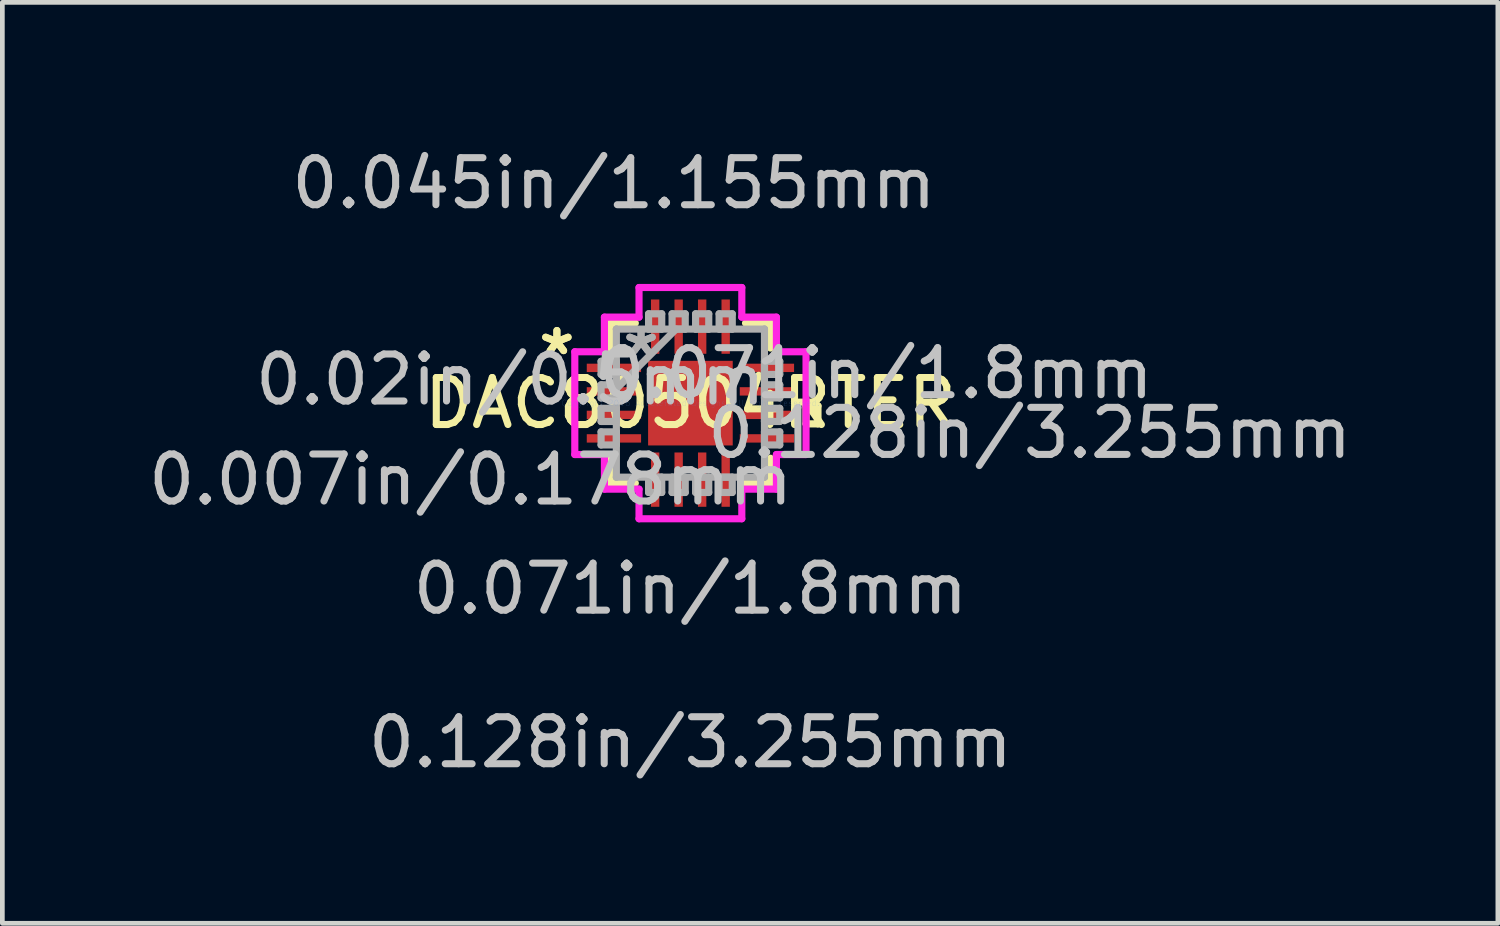
<source format=kicad_pcb>
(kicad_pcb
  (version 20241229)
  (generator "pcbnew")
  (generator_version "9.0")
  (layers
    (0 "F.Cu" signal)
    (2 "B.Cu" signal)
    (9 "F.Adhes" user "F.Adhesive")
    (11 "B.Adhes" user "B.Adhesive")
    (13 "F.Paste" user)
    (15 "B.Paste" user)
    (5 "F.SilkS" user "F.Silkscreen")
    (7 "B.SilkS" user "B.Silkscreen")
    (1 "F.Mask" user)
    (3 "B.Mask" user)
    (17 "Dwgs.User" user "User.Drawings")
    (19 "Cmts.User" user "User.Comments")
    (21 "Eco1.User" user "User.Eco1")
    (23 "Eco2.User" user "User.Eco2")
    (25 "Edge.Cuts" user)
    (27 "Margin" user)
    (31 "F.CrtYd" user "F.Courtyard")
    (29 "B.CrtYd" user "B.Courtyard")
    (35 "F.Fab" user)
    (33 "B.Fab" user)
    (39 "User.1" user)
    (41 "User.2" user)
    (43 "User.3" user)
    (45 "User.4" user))
  (footprint "DAC80504RTER"
    (layer "F.Cu")
    (at 11.634 5.524)
    (property "Reference" "DAC80504RTER" (at 0 0 0) (layer "F.SilkS") (effects (font (size 1 1) (thickness 0.15))))
    (attr through_hole)
    (fp_line (start -1.702 -1.702) (end -1.702 -1.172) (stroke (width 0.152) (type solid)) (layer "F.SilkS"))
    (fp_line (start -1.702 1.172) (end -1.702 1.702) (stroke (width 0.152) (type solid)) (layer "F.SilkS"))
    (fp_line (start -1.702 1.702) (end -1.172 1.702) (stroke (width 0.152) (type solid)) (layer "F.SilkS"))
    (fp_line (start -1.172 -1.702) (end -1.702 -1.702) (stroke (width 0.152) (type solid)) (layer "F.SilkS"))
    (fp_line (start 1.172 1.702) (end 1.702 1.702) (stroke (width 0.152) (type solid)) (layer "F.SilkS"))
    (fp_line (start 1.702 -1.702) (end 1.172 -1.702) (stroke (width 0.152) (type solid)) (layer "F.SilkS"))
    (fp_line (start 1.702 -1.172) (end 1.702 -1.702) (stroke (width 0.152) (type solid)) (layer "F.SilkS"))
    (fp_line (start 1.702 1.702) (end 1.702 1.172) (stroke (width 0.152) (type solid)) (layer "F.SilkS"))
    (fp_line (start 2.459 0.059) (end 2.713 0.059) (stroke (width 0.152) (type solid)) (layer "F.SilkS"))
    (fp_line (start 2.459 0.441) (end 2.459 0.059) (stroke (width 0.152) (type solid)) (layer "F.SilkS"))
    (fp_line (start 2.713 0.059) (end 2.713 0.441) (stroke (width 0.152) (type solid)) (layer "F.SilkS"))
    (fp_line (start 2.713 0.441) (end 2.459 0.441) (stroke (width 0.152) (type solid)) (layer "F.SilkS"))
    (fp_line (start -2.459 -1.093) (end -1.829 -1.093) (stroke (width 0.152) (type solid)) (layer "F.CrtYd"))
    (fp_line (start -2.459 1.093) (end -2.459 -1.093) (stroke (width 0.152) (type solid)) (layer "F.CrtYd"))
    (fp_line (start -1.829 -1.829) (end -1.093 -1.829) (stroke (width 0.152) (type solid)) (layer "F.CrtYd"))
    (fp_line (start -1.829 -1.093) (end -1.829 -1.829) (stroke (width 0.152) (type solid)) (layer "F.CrtYd"))
    (fp_line (start -1.829 1.093) (end -2.459 1.093) (stroke (width 0.152) (type solid)) (layer "F.CrtYd"))
    (fp_line (start -1.829 1.829) (end -1.829 1.093) (stroke (width 0.152) (type solid)) (layer "F.CrtYd"))
    (fp_line (start -1.093 -2.459) (end 1.093 -2.459) (stroke (width 0.152) (type solid)) (layer "F.CrtYd"))
    (fp_line (start -1.093 -1.829) (end -1.093 -2.459) (stroke (width 0.152) (type solid)) (layer "F.CrtYd"))
    (fp_line (start -1.093 1.829) (end -1.829 1.829) (stroke (width 0.152) (type solid)) (layer "F.CrtYd"))
    (fp_line (start -1.093 2.459) (end -1.093 1.829) (stroke (width 0.152) (type solid)) (layer "F.CrtYd"))
    (fp_line (start 1.093 -2.459) (end 1.093 -1.829) (stroke (width 0.152) (type solid)) (layer "F.CrtYd"))
    (fp_line (start 1.093 -1.829) (end 1.829 -1.829) (stroke (width 0.152) (type solid)) (layer "F.CrtYd"))
    (fp_line (start 1.093 1.829) (end 1.093 2.459) (stroke (width 0.152) (type solid)) (layer "F.CrtYd"))
    (fp_line (start 1.093 2.459) (end -1.093 2.459) (stroke (width 0.152) (type solid)) (layer "F.CrtYd"))
    (fp_line (start 1.829 -1.829) (end 1.829 -1.093) (stroke (width 0.152) (type solid)) (layer "F.CrtYd"))
    (fp_line (start 1.829 -1.093) (end 2.459 -1.093) (stroke (width 0.152) (type solid)) (layer "F.CrtYd"))
    (fp_line (start 1.829 1.093) (end 1.829 1.829) (stroke (width 0.152) (type solid)) (layer "F.CrtYd"))
    (fp_line (start 1.829 1.829) (end 1.093 1.829) (stroke (width 0.152) (type solid)) (layer "F.CrtYd"))
    (fp_line (start 2.459 -1.093) (end 2.459 1.093) (stroke (width 0.152) (type solid)) (layer "F.CrtYd"))
    (fp_line (start 2.459 1.093) (end 1.829 1.093) (stroke (width 0.152) (type solid)) (layer "F.CrtYd"))
    (fp_line (start -1.9 -0.89) (end -1.9 -0.61) (stroke (width 0.152) (type solid)) (layer "F.Fab"))
    (fp_line (start -1.9 -0.61) (end -1.575 -0.61) (stroke (width 0.152) (type solid)) (layer "F.Fab"))
    (fp_line (start -1.9 -0.39) (end -1.9 -0.11) (stroke (width 0.152) (type solid)) (layer "F.Fab"))
    (fp_line (start -1.9 -0.11) (end -1.575 -0.11) (stroke (width 0.152) (type solid)) (layer "F.Fab"))
    (fp_line (start -1.9 0.11) (end -1.9 0.39) (stroke (width 0.152) (type solid)) (layer "F.Fab"))
    (fp_line (start -1.9 0.39) (end -1.575 0.39) (stroke (width 0.152) (type solid)) (layer "F.Fab"))
    (fp_line (start -1.9 0.61) (end -1.9 0.89) (stroke (width 0.152) (type solid)) (layer "F.Fab"))
    (fp_line (start -1.9 0.89) (end -1.575 0.89) (stroke (width 0.152) (type solid)) (layer "F.Fab"))
    (fp_line (start -1.575 -1.575) (end -1.575 -1.575) (stroke (width 0.152) (type solid)) (layer "F.Fab"))
    (fp_line (start -1.575 -1.575) (end -1.575 1.575) (stroke (width 0.152) (type solid)) (layer "F.Fab"))
    (fp_line (start -1.575 -0.89) (end -1.9 -0.89) (stroke (width 0.152) (type solid)) (layer "F.Fab"))
    (fp_line (start -1.575 -0.61) (end -1.575 -0.89) (stroke (width 0.152) (type solid)) (layer "F.Fab"))
    (fp_line (start -1.575 -0.39) (end -1.9 -0.39) (stroke (width 0.152) (type solid)) (layer "F.Fab"))
    (fp_line (start -1.575 -0.305) (end -0.305 -1.575) (stroke (width 0.152) (type solid)) (layer "F.Fab"))
    (fp_line (start -1.575 -0.11) (end -1.575 -0.39) (stroke (width 0.152) (type solid)) (layer "F.Fab"))
    (fp_line (start -1.575 0.11) (end -1.9 0.11) (stroke (width 0.152) (type solid)) (layer "F.Fab"))
    (fp_line (start -1.575 0.39) (end -1.575 0.11) (stroke (width 0.152) (type solid)) (layer "F.Fab"))
    (fp_line (start -1.575 0.61) (end -1.9 0.61) (stroke (width 0.152) (type solid)) (layer "F.Fab"))
    (fp_line (start -1.575 0.89) (end -1.575 0.61) (stroke (width 0.152) (type solid)) (layer "F.Fab"))
    (fp_line (start -1.575 1.575) (end -1.575 1.575) (stroke (width 0.152) (type solid)) (layer "F.Fab"))
    (fp_line (start -1.575 1.575) (end 1.575 1.575) (stroke (width 0.152) (type solid)) (layer "F.Fab"))
    (fp_line (start -0.89 -1.9) (end -0.89 -1.575) (stroke (width 0.152) (type solid)) (layer "F.Fab"))
    (fp_line (start -0.89 -1.575) (end -0.61 -1.575) (stroke (width 0.152) (type solid)) (layer "F.Fab"))
    (fp_line (start -0.89 1.575) (end -0.89 1.9) (stroke (width 0.152) (type solid)) (layer "F.Fab"))
    (fp_line (start -0.89 1.9) (end -0.61 1.9) (stroke (width 0.152) (type solid)) (layer "F.Fab"))
    (fp_line (start -0.61 -1.9) (end -0.89 -1.9) (stroke (width 0.152) (type solid)) (layer "F.Fab"))
    (fp_line (start -0.61 -1.575) (end -0.61 -1.9) (stroke (width 0.152) (type solid)) (layer "F.Fab"))
    (fp_line (start -0.61 1.575) (end -0.89 1.575) (stroke (width 0.152) (type solid)) (layer "F.Fab"))
    (fp_line (start -0.61 1.9) (end -0.61 1.575) (stroke (width 0.152) (type solid)) (layer "F.Fab"))
    (fp_line (start -0.39 -1.9) (end -0.39 -1.575) (stroke (width 0.152) (type solid)) (layer "F.Fab"))
    (fp_line (start -0.39 -1.575) (end -0.11 -1.575) (stroke (width 0.152) (type solid)) (layer "F.Fab"))
    (fp_line (start -0.39 1.575) (end -0.39 1.9) (stroke (width 0.152) (type solid)) (layer "F.Fab"))
    (fp_line (start -0.39 1.9) (end -0.11 1.9) (stroke (width 0.152) (type solid)) (layer "F.Fab"))
    (fp_line (start -0.11 -1.9) (end -0.39 -1.9) (stroke (width 0.152) (type solid)) (layer "F.Fab"))
    (fp_line (start -0.11 -1.575) (end -0.11 -1.9) (stroke (width 0.152) (type solid)) (layer "F.Fab"))
    (fp_line (start -0.11 1.575) (end -0.39 1.575) (stroke (width 0.152) (type solid)) (layer "F.Fab"))
    (fp_line (start -0.11 1.9) (end -0.11 1.575) (stroke (width 0.152) (type solid)) (layer "F.Fab"))
    (fp_line (start 0.11 -1.9) (end 0.11 -1.575) (stroke (width 0.152) (type solid)) (layer "F.Fab"))
    (fp_line (start 0.11 -1.575) (end 0.39 -1.575) (stroke (width 0.152) (type solid)) (layer "F.Fab"))
    (fp_line (start 0.11 1.575) (end 0.11 1.9) (stroke (width 0.152) (type solid)) (layer "F.Fab"))
    (fp_line (start 0.11 1.9) (end 0.39 1.9) (stroke (width 0.152) (type solid)) (layer "F.Fab"))
    (fp_line (start 0.39 -1.9) (end 0.11 -1.9) (stroke (width 0.152) (type solid)) (layer "F.Fab"))
    (fp_line (start 0.39 -1.575) (end 0.39 -1.9) (stroke (width 0.152) (type solid)) (layer "F.Fab"))
    (fp_line (start 0.39 1.575) (end 0.11 1.575) (stroke (width 0.152) (type solid)) (layer "F.Fab"))
    (fp_line (start 0.39 1.9) (end 0.39 1.575) (stroke (width 0.152) (type solid)) (layer "F.Fab"))
    (fp_line (start 0.61 -1.9) (end 0.61 -1.575) (stroke (width 0.152) (type solid)) (layer "F.Fab"))
    (fp_line (start 0.61 -1.575) (end 0.89 -1.575) (stroke (width 0.152) (type solid)) (layer "F.Fab"))
    (fp_line (start 0.61 1.575) (end 0.61 1.9) (stroke (width 0.152) (type solid)) (layer "F.Fab"))
    (fp_line (start 0.61 1.9) (end 0.89 1.9) (stroke (width 0.152) (type solid)) (layer "F.Fab"))
    (fp_line (start 0.89 -1.9) (end 0.61 -1.9) (stroke (width 0.152) (type solid)) (layer "F.Fab"))
    (fp_line (start 0.89 -1.575) (end 0.89 -1.9) (stroke (width 0.152) (type solid)) (layer "F.Fab"))
    (fp_line (start 0.89 1.575) (end 0.61 1.575) (stroke (width 0.152) (type solid)) (layer "F.Fab"))
    (fp_line (start 0.89 1.9) (end 0.89 1.575) (stroke (width 0.152) (type solid)) (layer "F.Fab"))
    (fp_line (start 1.575 -1.575) (end -1.575 -1.575) (stroke (width 0.152) (type solid)) (layer "F.Fab"))
    (fp_line (start 1.575 -1.575) (end 1.575 -1.575) (stroke (width 0.152) (type solid)) (layer "F.Fab"))
    (fp_line (start 1.575 -0.89) (end 1.575 -0.61) (stroke (width 0.152) (type solid)) (layer "F.Fab"))
    (fp_line (start 1.575 -0.61) (end 1.9 -0.61) (stroke (width 0.152) (type solid)) (layer "F.Fab"))
    (fp_line (start 1.575 -0.39) (end 1.575 -0.11) (stroke (width 0.152) (type solid)) (layer "F.Fab"))
    (fp_line (start 1.575 -0.11) (end 1.9 -0.11) (stroke (width 0.152) (type solid)) (layer "F.Fab"))
    (fp_line (start 1.575 0.11) (end 1.575 0.39) (stroke (width 0.152) (type solid)) (layer "F.Fab"))
    (fp_line (start 1.575 0.39) (end 1.9 0.39) (stroke (width 0.152) (type solid)) (layer "F.Fab"))
    (fp_line (start 1.575 0.61) (end 1.575 0.89) (stroke (width 0.152) (type solid)) (layer "F.Fab"))
    (fp_line (start 1.575 0.89) (end 1.9 0.89) (stroke (width 0.152) (type solid)) (layer "F.Fab"))
    (fp_line (start 1.575 1.575) (end 1.575 -1.575) (stroke (width 0.152) (type solid)) (layer "F.Fab"))
    (fp_line (start 1.575 1.575) (end 1.575 1.575) (stroke (width 0.152) (type solid)) (layer "F.Fab"))
    (fp_line (start 1.9 -0.89) (end 1.575 -0.89) (stroke (width 0.152) (type solid)) (layer "F.Fab"))
    (fp_line (start 1.9 -0.61) (end 1.9 -0.89) (stroke (width 0.152) (type solid)) (layer "F.Fab"))
    (fp_line (start 1.9 -0.39) (end 1.575 -0.39) (stroke (width 0.152) (type solid)) (layer "F.Fab"))
    (fp_line (start 1.9 -0.11) (end 1.9 -0.39) (stroke (width 0.152) (type solid)) (layer "F.Fab"))
    (fp_line (start 1.9 0.11) (end 1.575 0.11) (stroke (width 0.152) (type solid)) (layer "F.Fab"))
    (fp_line (start 1.9 0.39) (end 1.9 0.11) (stroke (width 0.152) (type solid)) (layer "F.Fab"))
    (fp_line (start 1.9 0.61) (end 1.575 0.61) (stroke (width 0.152) (type solid)) (layer "F.Fab"))
    (fp_line (start 1.9 0.89) (end 1.9 0.61) (stroke (width 0.152) (type solid)) (layer "F.Fab"))
    (fp_text user "*" (at -2.84 -1 0) (layer "F.SilkS") (effects (font (size 1 1) (thickness 0.15))))
    (fp_text user "*" (at -2.84 -1 0) (layer "F.SilkS") (effects (font (size 1 1) (thickness 0.15))))
    (fp_text user "0.045in/1.155mm" (at -1.627 -4.675 0) (layer "Dwgs.User") (effects (font (size 1 1) (thickness 0.15))))
    (fp_text user "0.007in/0.178mm" (at -4.675 1.627 0) (layer "Dwgs.User") (effects (font (size 1 1) (thickness 0.15))))
    (fp_text user "0.128in/3.255mm" (at 0 7.215 0) (layer "Dwgs.User") (effects (font (size 1 1) (thickness 0.15))))
    (fp_text user "0.071in/1.8mm" (at 0 3.948 0) (layer "Dwgs.User") (effects (font (size 1 1) (thickness 0.15))))
    (fp_text user "0.071in/1.8mm" (at 3.948 -0.635 0) (layer "Dwgs.User") (effects (font (size 1 1) (thickness 0.15))))
    (fp_text user "0.02in/0.5mm" (at -3.83 -0.5 0) (layer "Dwgs.User") (effects (font (size 1 1) (thickness 0.15))))
    (fp_text user "0.128in/3.255mm" (at 7.215 0.635 0) (layer "Dwgs.User") (effects (font (size 1 1) (thickness 0.15))))
    (fp_text user "Copyright 2016 Accelerated Designs. All rights reserved." (at 0 0 0) (layer "Cmts.User") (effects (font (size 0.127 0.127) (thickness 0.002))))
    (fp_text user "*" (at -1.05 -1 0) (layer "F.Fab") (effects (font (size 1 1) (thickness 0.15))))
    (fp_text user "*" (at -1.05 -1 0) (layer "F.Fab") (effects (font (size 1 1) (thickness 0.15))))
    (pad "1" smd rect (at -1.627 -0.75 90) (size 0.178 1.155) (layers "F.Cu" "F.Mask" "F.Paste"))
    (pad "2" smd rect (at -1.627 -0.25 90) (size 0.178 1.155) (layers "F.Cu" "F.Mask" "F.Paste"))
    (pad "3" smd rect (at -1.627 0.25 90) (size 0.178 1.155) (layers "F.Cu" "F.Mask" "F.Paste"))
    (pad "4" smd rect (at -1.627 0.75 90) (size 0.178 1.155) (layers "F.Cu" "F.Mask" "F.Paste"))
    (pad "5" smd rect (at -0.75 1.627) (size 0.178 1.155) (layers "F.Cu" "F.Mask" "F.Paste"))
    (pad "6" smd rect (at -0.25 1.627) (size 0.178 1.155) (layers "F.Cu" "F.Mask" "F.Paste"))
    (pad "7" smd rect (at 0.25 1.627) (size 0.178 1.155) (layers "F.Cu" "F.Mask" "F.Paste"))
    (pad "8" smd rect (at 0.75 1.627) (size 0.178 1.155) (layers "F.Cu" "F.Mask" "F.Paste"))
    (pad "9" smd rect (at 1.627 0.75 90) (size 0.178 1.155) (layers "F.Cu" "F.Mask" "F.Paste"))
    (pad "10" smd rect (at 1.627 0.25 90) (size 0.178 1.155) (layers "F.Cu" "F.Mask" "F.Paste"))
    (pad "11" smd rect (at 1.627 -0.25 90) (size 0.178 1.155) (layers "F.Cu" "F.Mask" "F.Paste"))
    (pad "12" smd rect (at 1.627 -0.75 90) (size 0.178 1.155) (layers "F.Cu" "F.Mask" "F.Paste"))
    (pad "13" smd rect (at 0.75 -1.627) (size 0.178 1.155) (layers "F.Cu" "F.Mask" "F.Paste"))
    (pad "14" smd rect (at 0.25 -1.627) (size 0.178 1.155) (layers "F.Cu" "F.Mask" "F.Paste"))
    (pad "15" smd rect (at -0.25 -1.627) (size 0.178 1.155) (layers "F.Cu" "F.Mask" "F.Paste"))
    (pad "16" smd rect (at -0.75 -1.627) (size 0.178 1.155) (layers "F.Cu" "F.Mask" "F.Paste"))
    (pad "17" smd rect (at 0 0) (size 1.8 1.8) (layers "F.Cu" "F.Mask" "F.Paste")))
  (gr_rect
    (start -3 -3)
    (end 28.807 16.587)
    (stroke (width 0.1) (type default))
    (fill no)
    (layer "Edge.Cuts")))
</source>
